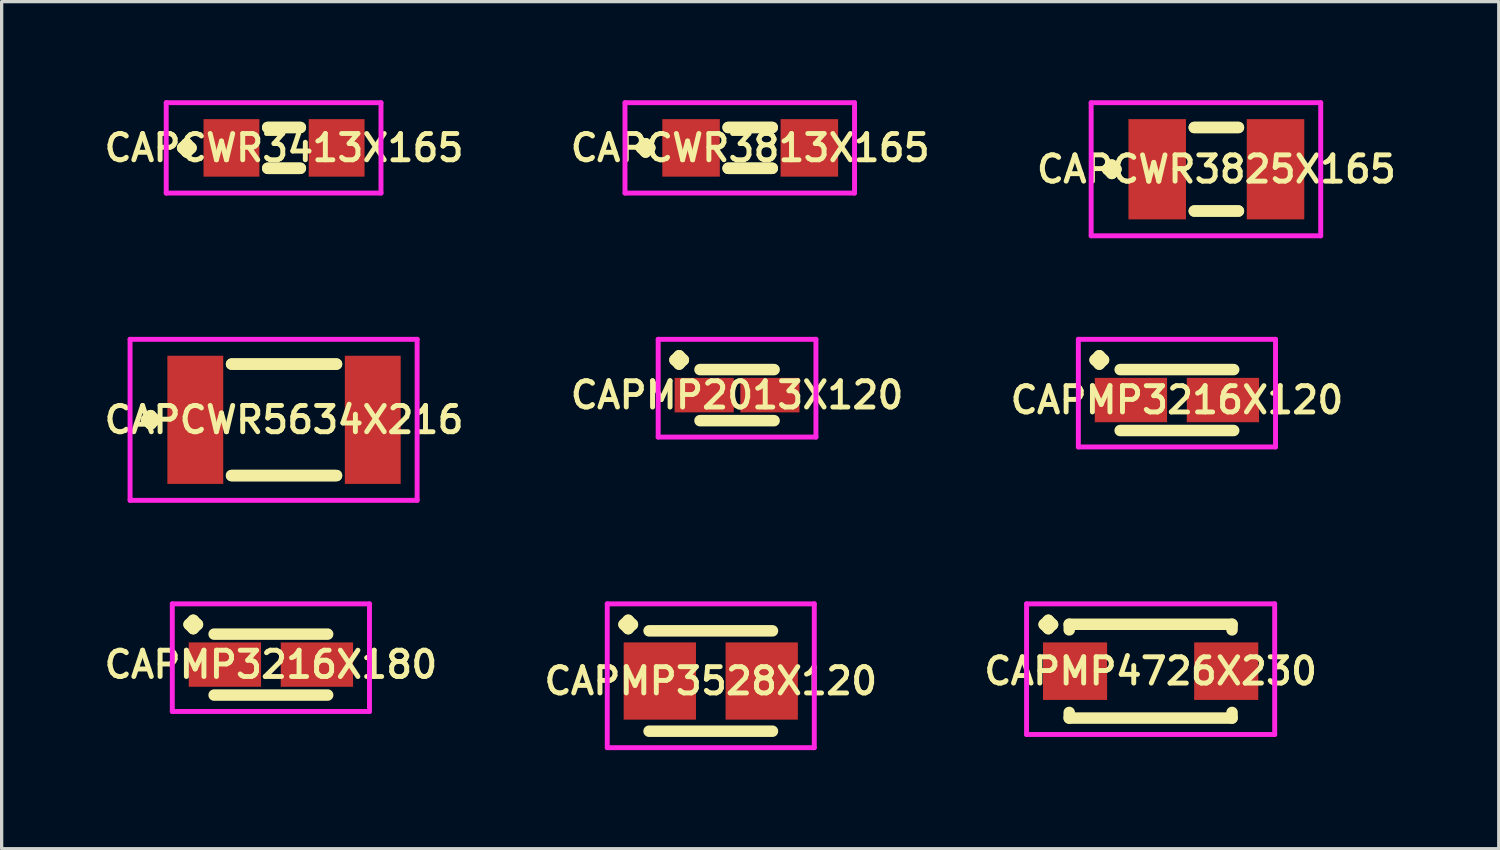
<source format=kicad_pcb>
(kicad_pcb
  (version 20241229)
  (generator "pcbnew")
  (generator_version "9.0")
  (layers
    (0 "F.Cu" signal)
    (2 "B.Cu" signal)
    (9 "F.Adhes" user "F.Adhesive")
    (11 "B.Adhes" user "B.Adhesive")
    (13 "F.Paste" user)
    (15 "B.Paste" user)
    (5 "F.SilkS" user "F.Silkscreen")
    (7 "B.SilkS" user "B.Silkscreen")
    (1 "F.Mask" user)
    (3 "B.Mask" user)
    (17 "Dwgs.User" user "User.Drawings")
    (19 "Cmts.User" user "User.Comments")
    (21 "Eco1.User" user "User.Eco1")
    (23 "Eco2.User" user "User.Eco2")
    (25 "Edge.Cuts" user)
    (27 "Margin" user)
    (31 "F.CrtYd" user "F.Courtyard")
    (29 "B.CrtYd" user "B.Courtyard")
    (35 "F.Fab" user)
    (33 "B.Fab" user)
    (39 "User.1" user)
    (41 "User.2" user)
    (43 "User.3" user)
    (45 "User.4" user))
  (footprint "CAPCWR3825X165"
    (layer "F.Cu")
    (at 33.963 2.1)
    (property "Reference" "CAPCWR3825X165" (at 0 0 0) (layer "F.SilkS") (effects (font (size 0.8 0.8) (thickness 0.15))))
    (attr through_hole)
    (fp_line (start -3.31 0) (end -3.183 -0.127) (stroke (width 0.35) (type solid)) (layer "F.SilkS"))
    (fp_line (start -3.183 -0.127) (end -3.056 0) (stroke (width 0.35) (type solid)) (layer "F.SilkS"))
    (fp_line (start -3.183 0.127) (end -3.31 0) (stroke (width 0.35) (type solid)) (layer "F.SilkS"))
    (fp_line (start -3.056 0) (end -3.183 0.127) (stroke (width 0.35) (type solid)) (layer "F.SilkS"))
    (fp_line (start -0.671 -1.271) (end 0.671 -1.271) (stroke (width 0.35) (type solid)) (layer "F.SilkS"))
    (fp_line (start -0.671 1.271) (end 0.671 1.271) (stroke (width 0.35) (type solid)) (layer "F.SilkS"))
    (fp_line (start 0.671 -1.271) (end -0.671 -1.271) (stroke (width 0.35) (type solid)) (layer "F.SilkS"))
    (fp_line (start 0.671 1.271) (end -0.671 1.271) (stroke (width 0.35) (type solid)) (layer "F.SilkS"))
    (fp_line (start -3.81 -2.025) (end 3.175 -2.025) (stroke (width 0.15) (type solid)) (layer "F.CrtYd"))
    (fp_line (start -3.81 2.025) (end -3.81 -2.025) (stroke (width 0.15) (type solid)) (layer "F.CrtYd"))
    (fp_line (start 3.175 -2.025) (end 3.175 2.025) (stroke (width 0.15) (type solid)) (layer "F.CrtYd"))
    (fp_line (start 3.175 2.025) (end -3.81 2.025) (stroke (width 0.15) (type solid)) (layer "F.CrtYd"))
    (pad "1" smd rect (at -1.8 0) (size 1.75 3.05) (layers "F.Cu" "F.Mask" "F.Paste"))
    (pad "2" smd rect (at 1.8 0) (size 1.75 3.05) (layers "F.Cu" "F.Mask" "F.Paste")))
  (footprint "CAPMP3528X120"
    (layer "F.Cu")
    (at 18.578 17.673)
    (property "Reference" "CAPMP3528X120" (at 0 0 0) (layer "F.SilkS") (effects (font (size 0.8 0.8) (thickness 0.15))))
    (attr smd)
    (fp_line (start -2.639 -1.721) (end -2.512 -1.848) (stroke (width 0.35) (type solid)) (layer "F.SilkS"))
    (fp_line (start -2.512 -1.848) (end -2.385 -1.721) (stroke (width 0.35) (type solid)) (layer "F.SilkS"))
    (fp_line (start -2.512 -1.594) (end -2.639 -1.721) (stroke (width 0.35) (type solid)) (layer "F.SilkS"))
    (fp_line (start -2.385 -1.721) (end -2.512 -1.594) (stroke (width 0.35) (type solid)) (layer "F.SilkS"))
    (fp_line (start -1.877 -1.527) (end 1.877 -1.527) (stroke (width 0.35) (type solid)) (layer "F.SilkS"))
    (fp_line (start -1.877 1.527) (end 1.877 1.527) (stroke (width 0.35) (type solid)) (layer "F.SilkS"))
    (fp_line (start -3.15 -2.348) (end 3.15 -2.348) (stroke (width 0.15) (type solid)) (layer "F.CrtYd"))
    (fp_line (start -3.15 2.027) (end -3.15 -2.348) (stroke (width 0.15) (type solid)) (layer "F.CrtYd"))
    (fp_line (start 3.15 -2.348) (end 3.15 2.027) (stroke (width 0.15) (type solid)) (layer "F.CrtYd"))
    (fp_line (start 3.15 2.027) (end -3.15 2.027) (stroke (width 0.15) (type solid)) (layer "F.CrtYd"))
    (pad "1" smd rect (at -1.55 0) (size 2.2 2.35) (layers "F.Cu" "F.Mask" "F.Paste"))
    (pad "2" smd rect (at 1.55 0) (size 2.2 2.35) (layers "F.Cu" "F.Mask" "F.Paste")))
  (footprint "CAPMP2013X120"
    (layer "F.Cu")
    (at 19.378 8.973)
    (property "Reference" "CAPMP2013X120" (at 0 0 0) (layer "F.SilkS") (effects (font (size 0.8 0.8) (thickness 0.15))))
    (attr through_hole)
    (fp_line (start -1.889 -1.071) (end -1.762 -1.198) (stroke (width 0.35) (type solid)) (layer "F.SilkS"))
    (fp_line (start -1.762 -1.198) (end -1.635 -1.071) (stroke (width 0.35) (type solid)) (layer "F.SilkS"))
    (fp_line (start -1.762 -0.944) (end -1.889 -1.071) (stroke (width 0.35) (type solid)) (layer "F.SilkS"))
    (fp_line (start -1.635 -1.071) (end -1.762 -0.944) (stroke (width 0.35) (type solid)) (layer "F.SilkS"))
    (fp_line (start -1.127 -0.777) (end 1.127 -0.777) (stroke (width 0.35) (type solid)) (layer "F.SilkS"))
    (fp_line (start -1.127 0.777) (end 1.127 0.777) (stroke (width 0.35) (type solid)) (layer "F.SilkS"))
    (fp_line (start -2.4 -1.698) (end 2.4 -1.698) (stroke (width 0.15) (type solid)) (layer "F.CrtYd"))
    (fp_line (start -2.4 1.277) (end -2.4 -1.698) (stroke (width 0.15) (type solid)) (layer "F.CrtYd"))
    (fp_line (start 2.4 -1.698) (end 2.4 1.277) (stroke (width 0.15) (type solid)) (layer "F.CrtYd"))
    (fp_line (start 2.4 1.277) (end -2.4 1.277) (stroke (width 0.15) (type solid)) (layer "F.CrtYd"))
    (pad "1" smd rect (at -1 0) (size 1.8 1.05) (layers "F.Cu" "F.Mask" "F.Paste"))
    (pad "2" smd rect (at 1 0) (size 1.8 1.05) (layers "F.Cu" "F.Mask" "F.Paste")))
  (footprint "CAPCWR3813X165"
    (layer "F.Cu")
    (at 19.778 1.45)
    (property "Reference" "CAPCWR3813X165" (at 0 0 0) (layer "F.SilkS") (effects (font (size 0.8 0.8) (thickness 0.15))))
    (attr smd)
    (fp_line (start -3.31 0) (end -3.183 -0.127) (stroke (width 0.35) (type solid)) (layer "F.SilkS"))
    (fp_line (start -3.183 -0.127) (end -3.056 0) (stroke (width 0.35) (type solid)) (layer "F.SilkS"))
    (fp_line (start -3.183 0.127) (end -3.31 0) (stroke (width 0.35) (type solid)) (layer "F.SilkS"))
    (fp_line (start -3.056 0) (end -3.183 0.127) (stroke (width 0.35) (type solid)) (layer "F.SilkS"))
    (fp_line (start -0.671 -0.621) (end 0.671 -0.621) (stroke (width 0.35) (type solid)) (layer "F.SilkS"))
    (fp_line (start -0.671 0.621) (end 0.671 0.621) (stroke (width 0.35) (type solid)) (layer "F.SilkS"))
    (fp_line (start 0.671 -0.621) (end -0.671 -0.621) (stroke (width 0.35) (type solid)) (layer "F.SilkS"))
    (fp_line (start 0.671 0.621) (end -0.671 0.621) (stroke (width 0.35) (type solid)) (layer "F.SilkS"))
    (fp_line (start -3.81 -1.375) (end 3.175 -1.375) (stroke (width 0.15) (type solid)) (layer "F.CrtYd"))
    (fp_line (start -3.81 1.375) (end -3.81 -1.375) (stroke (width 0.15) (type solid)) (layer "F.CrtYd"))
    (fp_line (start 3.175 -1.375) (end 3.175 1.375) (stroke (width 0.15) (type solid)) (layer "F.CrtYd"))
    (fp_line (start 3.175 1.375) (end -3.81 1.375) (stroke (width 0.15) (type solid)) (layer "F.CrtYd"))
    (pad "1" smd rect (at -1.8 0) (size 1.75 1.75) (layers "F.Cu" "F.Mask" "F.Paste"))
    (pad "2" smd rect (at 1.8 0) (size 1.75 1.75) (layers "F.Cu" "F.Mask" "F.Paste")))
  (footprint "CAPMP3216X120"
    (layer "F.Cu")
    (at 32.763 9.123)
    (property "Reference" "CAPMP3216X120" (at 0 0 0) (layer "F.SilkS") (effects (font (size 0.8 0.8) (thickness 0.15))))
    (attr smd)
    (fp_line (start -2.489 -1.221) (end -2.362 -1.348) (stroke (width 0.35) (type solid)) (layer "F.SilkS"))
    (fp_line (start -2.362 -1.348) (end -2.235 -1.221) (stroke (width 0.35) (type solid)) (layer "F.SilkS"))
    (fp_line (start -2.362 -1.094) (end -2.489 -1.221) (stroke (width 0.35) (type solid)) (layer "F.SilkS"))
    (fp_line (start -2.235 -1.221) (end -2.362 -1.094) (stroke (width 0.35) (type solid)) (layer "F.SilkS"))
    (fp_line (start -1.727 -0.927) (end 1.727 -0.927) (stroke (width 0.35) (type solid)) (layer "F.SilkS"))
    (fp_line (start -1.727 0.927) (end 1.727 0.927) (stroke (width 0.35) (type solid)) (layer "F.SilkS"))
    (fp_line (start -3 -1.848) (end 3 -1.848) (stroke (width 0.15) (type solid)) (layer "F.CrtYd"))
    (fp_line (start -3 1.427) (end -3 -1.848) (stroke (width 0.15) (type solid)) (layer "F.CrtYd"))
    (fp_line (start 3 -1.848) (end 3 1.427) (stroke (width 0.15) (type solid)) (layer "F.CrtYd"))
    (fp_line (start 3 1.427) (end -3 1.427) (stroke (width 0.15) (type solid)) (layer "F.CrtYd"))
    (pad "1" smd rect (at -1.4 0) (size 2.2 1.35) (layers "F.Cu" "F.Mask" "F.Paste"))
    (pad "2" smd rect (at 1.4 0) (size 2.2 1.35) (layers "F.Cu" "F.Mask" "F.Paste")))
  (footprint "CAPMP4726X230"
    (layer "F.Cu")
    (at 31.963 17.373)
    (property "Reference" "CAPMP4726X230" (at 0 0 0) (layer "F.SilkS") (effects (font (size 0.8 0.8) (thickness 0.15))))
    (attr smd)
    (fp_line (start -3.239 -1.421) (end -3.112 -1.548) (stroke (width 0.35) (type solid)) (layer "F.SilkS"))
    (fp_line (start -3.112 -1.548) (end -2.985 -1.421) (stroke (width 0.35) (type solid)) (layer "F.SilkS"))
    (fp_line (start -3.112 -1.294) (end -3.239 -1.421) (stroke (width 0.35) (type solid)) (layer "F.SilkS"))
    (fp_line (start -2.985 -1.421) (end -3.112 -1.294) (stroke (width 0.35) (type solid)) (layer "F.SilkS"))
    (fp_line (start -2.477 -1.427) (end 2.477 -1.427) (stroke (width 0.35) (type solid)) (layer "F.SilkS"))
    (fp_line (start -2.477 -1.256) (end -2.477 -1.427) (stroke (width 0.35) (type solid)) (layer "F.SilkS"))
    (fp_line (start -2.477 1.256) (end -2.477 1.427) (stroke (width 0.35) (type solid)) (layer "F.SilkS"))
    (fp_line (start -2.477 1.427) (end 2.477 1.427) (stroke (width 0.35) (type solid)) (layer "F.SilkS"))
    (fp_line (start 2.477 -1.427) (end 2.477 -1.256) (stroke (width 0.35) (type solid)) (layer "F.SilkS"))
    (fp_line (start 2.477 1.427) (end 2.477 1.256) (stroke (width 0.35) (type solid)) (layer "F.SilkS"))
    (fp_line (start -3.775 -2.048) (end 3.775 -2.048) (stroke (width 0.15) (type solid)) (layer "F.CrtYd"))
    (fp_line (start -3.775 1.927) (end -3.775 -2.048) (stroke (width 0.15) (type solid)) (layer "F.CrtYd"))
    (fp_line (start 3.775 -2.048) (end 3.775 1.927) (stroke (width 0.15) (type solid)) (layer "F.CrtYd"))
    (fp_line (start 3.775 1.927) (end -3.775 1.927) (stroke (width 0.15) (type solid)) (layer "F.CrtYd"))
    (pad "1" smd rect (at -2.3 0) (size 1.95 1.75) (layers "F.Cu" "F.Mask" "F.Paste"))
    (pad "2" smd rect (at 2.3 0) (size 1.95 1.75) (layers "F.Cu" "F.Mask" "F.Paste")))
  (footprint "CAPMP3216X180"
    (layer "F.Cu")
    (at 5.193 17.173)
    (property "Reference" "CAPMP3216X180" (at 0 0 0) (layer "F.SilkS") (effects (font (size 0.8 0.8) (thickness 0.15))))
    (attr smd)
    (fp_line (start -2.489 -1.221) (end -2.362 -1.348) (stroke (width 0.35) (type solid)) (layer "F.SilkS"))
    (fp_line (start -2.362 -1.348) (end -2.235 -1.221) (stroke (width 0.35) (type solid)) (layer "F.SilkS"))
    (fp_line (start -2.362 -1.094) (end -2.489 -1.221) (stroke (width 0.35) (type solid)) (layer "F.SilkS"))
    (fp_line (start -2.235 -1.221) (end -2.362 -1.094) (stroke (width 0.35) (type solid)) (layer "F.SilkS"))
    (fp_line (start -1.727 -0.927) (end 1.727 -0.927) (stroke (width 0.35) (type solid)) (layer "F.SilkS"))
    (fp_line (start -1.727 0.927) (end 1.727 0.927) (stroke (width 0.35) (type solid)) (layer "F.SilkS"))
    (fp_line (start -3 -1.848) (end 3 -1.848) (stroke (width 0.15) (type solid)) (layer "F.CrtYd"))
    (fp_line (start -3 1.427) (end -3 -1.848) (stroke (width 0.15) (type solid)) (layer "F.CrtYd"))
    (fp_line (start 3 -1.848) (end 3 1.427) (stroke (width 0.15) (type solid)) (layer "F.CrtYd"))
    (fp_line (start 3 1.427) (end -3 1.427) (stroke (width 0.15) (type solid)) (layer "F.CrtYd"))
    (pad "1" smd rect (at -1.4 0) (size 2.2 1.35) (layers "F.Cu" "F.Mask" "F.Paste"))
    (pad "2" smd rect (at 1.4 0) (size 2.2 1.35) (layers "F.Cu" "F.Mask" "F.Paste")))
  (footprint "CAPCWR3413X165"
    (layer "F.Cu")
    (at 5.593 1.45)
    (property "Reference" "CAPCWR3413X165" (at 0 0 0) (layer "F.SilkS") (effects (font (size 0.8 0.8) (thickness 0.15))))
    (attr smd)
    (fp_line (start -3.085 0) (end -2.958 -0.127) (stroke (width 0.35) (type solid)) (layer "F.SilkS"))
    (fp_line (start -2.958 -0.127) (end -2.831 0) (stroke (width 0.35) (type solid)) (layer "F.SilkS"))
    (fp_line (start -2.958 0.127) (end -3.085 0) (stroke (width 0.35) (type solid)) (layer "F.SilkS"))
    (fp_line (start -2.831 0) (end -2.958 0.127) (stroke (width 0.35) (type solid)) (layer "F.SilkS"))
    (fp_line (start -0.496 -0.621) (end 0.496 -0.621) (stroke (width 0.35) (type solid)) (layer "F.SilkS"))
    (fp_line (start -0.496 0.621) (end 0.496 0.621) (stroke (width 0.35) (type solid)) (layer "F.SilkS"))
    (fp_line (start 0.496 -0.621) (end -0.496 -0.621) (stroke (width 0.35) (type solid)) (layer "F.SilkS"))
    (fp_line (start 0.496 0.621) (end -0.496 0.621) (stroke (width 0.35) (type solid)) (layer "F.SilkS"))
    (fp_line (start -3.585 -1.375) (end 2.95 -1.375) (stroke (width 0.15) (type solid)) (layer "F.CrtYd"))
    (fp_line (start -3.585 1.375) (end -3.585 -1.375) (stroke (width 0.15) (type solid)) (layer "F.CrtYd"))
    (fp_line (start 2.95 -1.375) (end 2.95 1.375) (stroke (width 0.15) (type solid)) (layer "F.CrtYd"))
    (fp_line (start 2.95 1.375) (end -3.585 1.375) (stroke (width 0.15) (type solid)) (layer "F.CrtYd"))
    (pad "1" smd rect (at -1.6 0) (size 1.7 1.75) (layers "F.Cu" "F.Mask" "F.Paste"))
    (pad "2" smd rect (at 1.6 0) (size 1.7 1.75) (layers "F.Cu" "F.Mask" "F.Paste")))
  (footprint "CAPCWR5634X216"
    (layer "F.Cu")
    (at 5.593 9.725)
    (property "Reference" "CAPCWR5634X216" (at 0 0 0) (layer "F.SilkS") (effects (font (size 0.8 0.8) (thickness 0.15))))
    (attr smd)
    (fp_line (start -4.185 0) (end -4.058 -0.127) (stroke (width 0.35) (type solid)) (layer "F.SilkS"))
    (fp_line (start -4.058 -0.127) (end -3.931 0) (stroke (width 0.35) (type solid)) (layer "F.SilkS"))
    (fp_line (start -4.058 0.127) (end -4.185 0) (stroke (width 0.35) (type solid)) (layer "F.SilkS"))
    (fp_line (start -3.931 0) (end -4.058 0.127) (stroke (width 0.35) (type solid)) (layer "F.SilkS"))
    (fp_line (start -1.596 -1.696) (end 1.596 -1.696) (stroke (width 0.35) (type solid)) (layer "F.SilkS"))
    (fp_line (start -1.596 1.696) (end 1.596 1.696) (stroke (width 0.35) (type solid)) (layer "F.SilkS"))
    (fp_line (start 1.596 -1.696) (end -1.596 -1.696) (stroke (width 0.35) (type solid)) (layer "F.SilkS"))
    (fp_line (start 1.596 1.696) (end -1.596 1.696) (stroke (width 0.35) (type solid)) (layer "F.SilkS"))
    (fp_line (start -4.685 -2.45) (end 4.05 -2.45) (stroke (width 0.15) (type solid)) (layer "F.CrtYd"))
    (fp_line (start -4.685 2.45) (end -4.685 -2.45) (stroke (width 0.15) (type solid)) (layer "F.CrtYd"))
    (fp_line (start 4.05 -2.45) (end 4.05 2.45) (stroke (width 0.15) (type solid)) (layer "F.CrtYd"))
    (fp_line (start 4.05 2.45) (end -4.685 2.45) (stroke (width 0.15) (type solid)) (layer "F.CrtYd"))
    (pad "1" smd rect (at -2.7 0) (size 1.7 3.9) (layers "F.Cu" "F.Mask" "F.Paste"))
    (pad "2" smd rect (at 2.7 0) (size 1.7 3.9) (layers "F.Cu" "F.Mask" "F.Paste")))
  (gr_rect
    (start -3 -3)
    (end 42.556 22.775)
    (stroke (width 0.1) (type default))
    (fill no)
    (layer "Edge.Cuts")))
</source>
